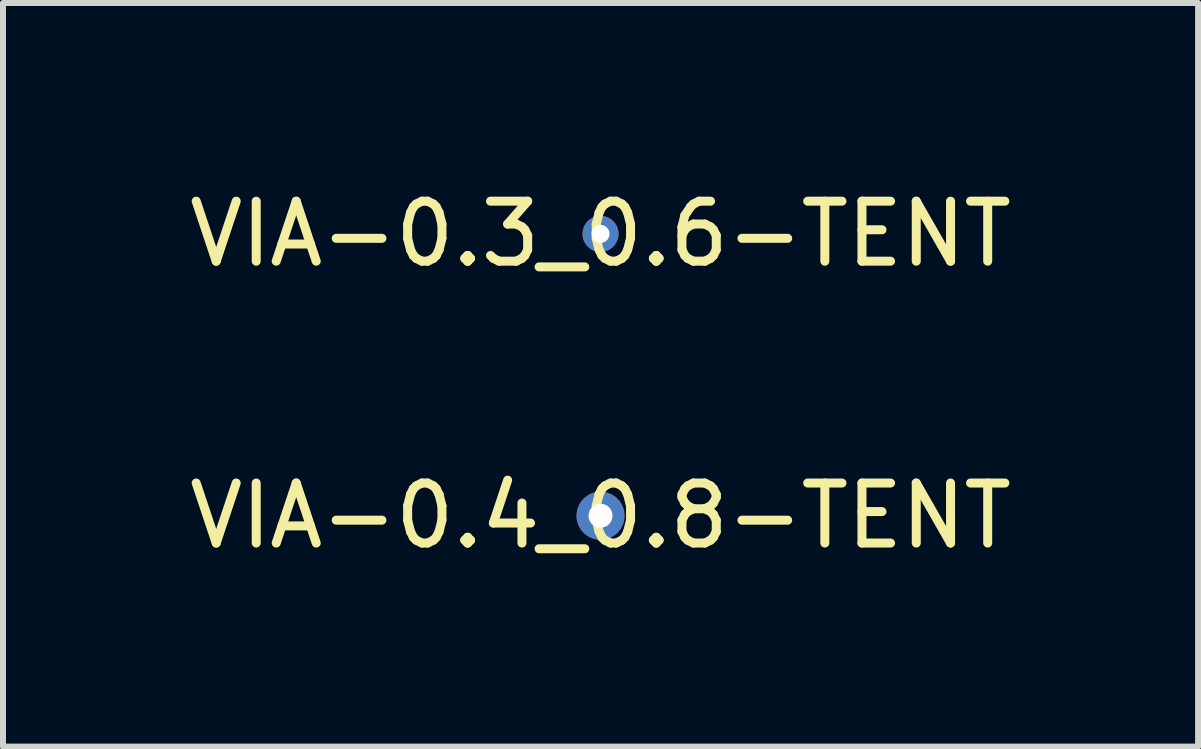
<source format=kicad_pcb>
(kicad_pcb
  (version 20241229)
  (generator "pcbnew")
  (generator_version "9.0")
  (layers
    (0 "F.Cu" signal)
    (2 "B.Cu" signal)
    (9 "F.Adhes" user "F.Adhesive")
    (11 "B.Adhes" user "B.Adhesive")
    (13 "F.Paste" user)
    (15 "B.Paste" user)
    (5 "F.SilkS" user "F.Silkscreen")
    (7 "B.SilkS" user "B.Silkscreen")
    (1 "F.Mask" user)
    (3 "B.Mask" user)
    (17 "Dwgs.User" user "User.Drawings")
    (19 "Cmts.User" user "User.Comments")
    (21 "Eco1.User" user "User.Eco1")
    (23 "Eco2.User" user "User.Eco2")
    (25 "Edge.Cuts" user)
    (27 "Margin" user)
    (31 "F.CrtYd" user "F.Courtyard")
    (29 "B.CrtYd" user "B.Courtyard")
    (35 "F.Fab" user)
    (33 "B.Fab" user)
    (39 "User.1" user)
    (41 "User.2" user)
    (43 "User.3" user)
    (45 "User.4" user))
  (footprint "VIA-0.3_0.6-TENT"
    (layer "F.Cu")
    (at 6.958 0.848)
    (property "Reference" "VIA-0.3_0.6-TENT" (at 0 0 0) (layer "F.SilkS") (effects (font (size 1 1) (thickness 0.15))))
    (attr through_hole)
    (pad "1" thru_hole circle (at 0 0) (size 0.6 0.6) (drill 0.3) (layers "*.Cu")))
  (footprint "VIA-0.4_0.8-TENT"
    (layer "F.Cu")
    (at 6.958 5.545)
    (property "Reference" "VIA-0.4_0.8-TENT" (at 0 0 0) (layer "F.SilkS") (effects (font (size 1 1) (thickness 0.15))))
    (attr through_hole)
    (pad "1" thru_hole circle (at 0 0) (size 0.8 0.8) (drill 0.4) (layers "*.Cu")))
  (gr_rect
    (start -3 -3)
    (end 16.917 9.393)
    (stroke (width 0.1) (type default))
    (fill no)
    (layer "Edge.Cuts")))
</source>
